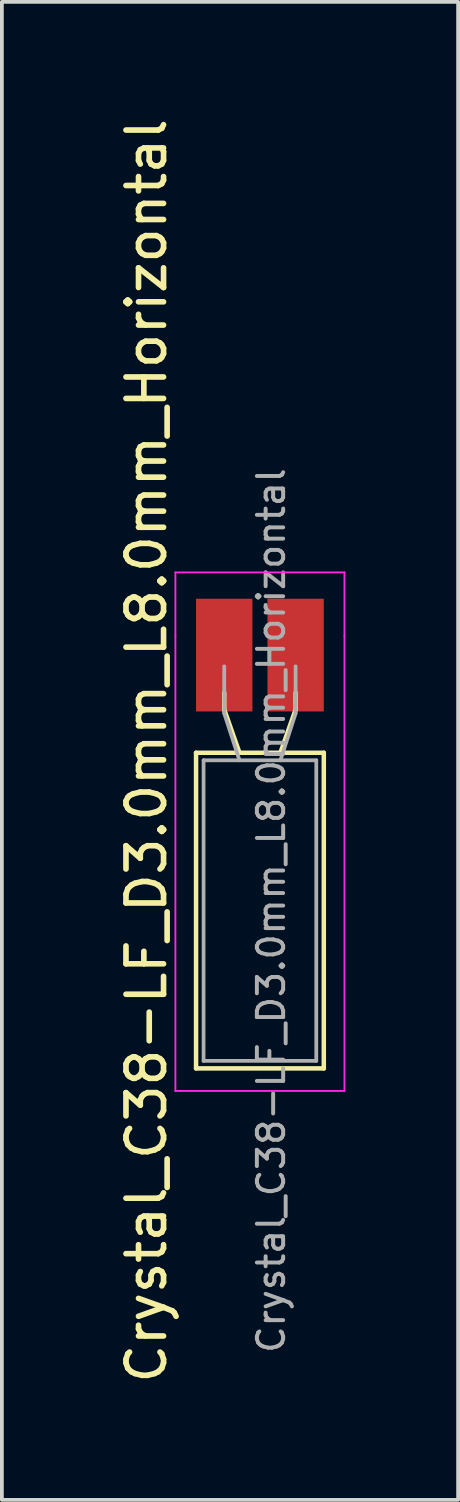
<source format=kicad_pcb>
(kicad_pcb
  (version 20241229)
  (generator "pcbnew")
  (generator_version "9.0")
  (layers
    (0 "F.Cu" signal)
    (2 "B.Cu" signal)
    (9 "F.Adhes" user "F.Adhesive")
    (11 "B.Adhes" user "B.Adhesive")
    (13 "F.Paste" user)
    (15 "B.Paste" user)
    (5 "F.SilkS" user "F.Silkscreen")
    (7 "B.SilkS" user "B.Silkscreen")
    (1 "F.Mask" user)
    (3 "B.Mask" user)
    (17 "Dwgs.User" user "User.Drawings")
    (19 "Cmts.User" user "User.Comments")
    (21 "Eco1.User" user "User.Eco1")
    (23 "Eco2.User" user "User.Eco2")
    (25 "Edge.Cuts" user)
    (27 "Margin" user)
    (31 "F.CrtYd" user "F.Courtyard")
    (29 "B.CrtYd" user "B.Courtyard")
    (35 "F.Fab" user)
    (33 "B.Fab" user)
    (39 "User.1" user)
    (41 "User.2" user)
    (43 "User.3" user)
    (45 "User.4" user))
  (footprint "Crystal_C38-LF_D3.0mm_L8.0mm_Horizontal"
    (layer "F.Cu")
    (at 2.918 14.285)
    (property "Reference" "Crystal_C38-LF_D3.0mm_L8.0mm_Horizontal" (at -2.07 2.65 90) (layer "F.SilkS") (effects (font (size 1 1) (thickness 0.15))))
    (attr through_hole)
    (fp_line (start -0.75 2.7) (end -0.75 11.1) (stroke (width 0.12) (type solid)) (layer "F.SilkS"))
    (fp_line (start -0.75 11.1) (end 2.65 11.1) (stroke (width 0.12) (type solid)) (layer "F.SilkS"))
    (fp_line (start 0 1.55) (end 0 1.1) (stroke (width 0.12) (type solid)) (layer "F.SilkS"))
    (fp_line (start 0.405 2.7) (end 0 1.55) (stroke (width 0.12) (type solid)) (layer "F.SilkS"))
    (fp_line (start 1.495 2.7) (end 1.9 1.55) (stroke (width 0.12) (type solid)) (layer "F.SilkS"))
    (fp_line (start 1.9 1.55) (end 1.9 1.1) (stroke (width 0.12) (type solid)) (layer "F.SilkS"))
    (fp_line (start 2.65 2.7) (end -0.75 2.7) (stroke (width 0.12) (type solid)) (layer "F.SilkS"))
    (fp_line (start 2.65 11.1) (end 2.65 2.7) (stroke (width 0.12) (type solid)) (layer "F.SilkS"))
    (fp_line (start -1.3 -0.4) (end -1.3 -2.1) (stroke (width 0.05) (type solid)) (layer "F.CrtYd"))
    (fp_line (start -1.3 -0.4) (end -1.3 11.7) (stroke (width 0.05) (type solid)) (layer "F.CrtYd"))
    (fp_line (start -1.3 11.7) (end 3.2 11.7) (stroke (width 0.05) (type solid)) (layer "F.CrtYd"))
    (fp_line (start 3.2 -2.1) (end -1.3 -2.1) (stroke (width 0.05) (type solid)) (layer "F.CrtYd"))
    (fp_line (start 3.2 -0.4) (end 3.2 -2.1) (stroke (width 0.05) (type solid)) (layer "F.CrtYd"))
    (fp_line (start 3.2 11.7) (end 3.2 -0.4) (stroke (width 0.05) (type solid)) (layer "F.CrtYd"))
    (fp_line (start -0.55 2.9) (end -0.55 10.9) (stroke (width 0.1) (type solid)) (layer "F.Fab"))
    (fp_line (start -0.55 10.9) (end 2.45 10.9) (stroke (width 0.1) (type solid)) (layer "F.Fab"))
    (fp_line (start 0 1.65) (end 0 0.4) (stroke (width 0.1) (type solid)) (layer "F.Fab"))
    (fp_line (start 0.405 2.9) (end 0 1.65) (stroke (width 0.1) (type solid)) (layer "F.Fab"))
    (fp_line (start 1.495 2.9) (end 1.9 1.65) (stroke (width 0.1) (type solid)) (layer "F.Fab"))
    (fp_line (start 1.9 1.65) (end 1.9 0.4) (stroke (width 0.1) (type solid)) (layer "F.Fab"))
    (fp_line (start 2.45 2.9) (end -0.55 2.9) (stroke (width 0.1) (type solid)) (layer "F.Fab"))
    (fp_line (start 2.45 10.9) (end 2.45 2.9) (stroke (width 0.1) (type solid)) (layer "F.Fab"))
    (fp_text user "${REFERENCE}" (at 1.25 6.9 90) (layer "F.Fab") (effects (font (size 0.7 0.7) (thickness 0.105))))
    (pad "1" smd rect (at 1.9 0.1) (size 1.5 3) (layers "F.Cu" "F.Mask" "F.Paste"))
    (pad "2" smd rect (at 0 0.1) (size 1.5 3) (layers "F.Cu" "F.Mask" "F.Paste")))
  (gr_rect
    (start -3 -3)
    (end 9.143 36.869)
    (stroke (width 0.1) (type default))
    (fill no)
    (layer "Edge.Cuts")))
</source>
